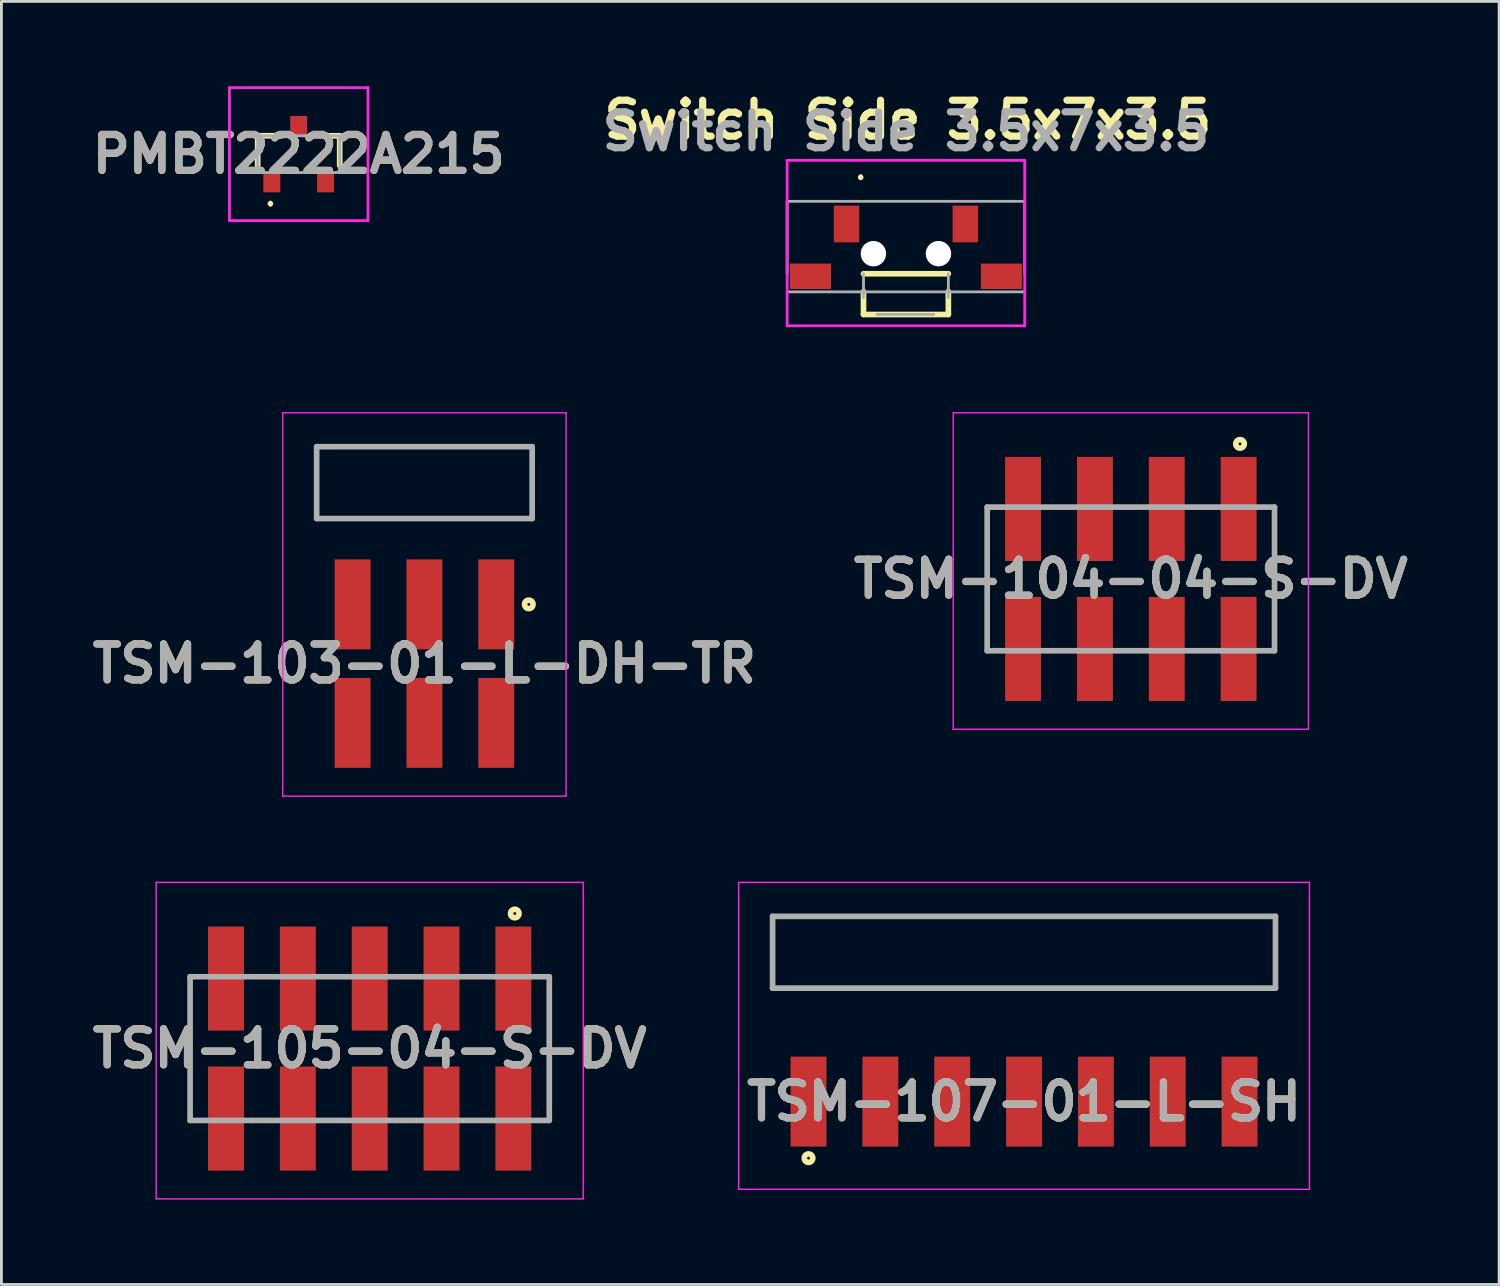
<source format=kicad_pcb>
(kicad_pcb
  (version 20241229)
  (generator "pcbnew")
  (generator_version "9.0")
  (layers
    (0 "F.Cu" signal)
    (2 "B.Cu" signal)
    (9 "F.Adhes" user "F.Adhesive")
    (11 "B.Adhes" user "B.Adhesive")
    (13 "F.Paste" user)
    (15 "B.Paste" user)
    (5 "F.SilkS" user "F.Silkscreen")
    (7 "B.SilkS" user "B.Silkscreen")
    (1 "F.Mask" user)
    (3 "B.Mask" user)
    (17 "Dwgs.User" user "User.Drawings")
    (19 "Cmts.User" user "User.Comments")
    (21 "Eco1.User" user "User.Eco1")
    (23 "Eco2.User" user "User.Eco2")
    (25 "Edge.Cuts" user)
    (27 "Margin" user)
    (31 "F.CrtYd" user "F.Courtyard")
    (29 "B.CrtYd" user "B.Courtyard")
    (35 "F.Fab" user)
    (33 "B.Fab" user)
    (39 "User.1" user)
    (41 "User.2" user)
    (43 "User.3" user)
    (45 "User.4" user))
  (footprint "PMBT2222A215"
    (layer "F.Cu")
    (at 7.511 2.4)
    (property "Reference" "PMBT2222A215" (at 0 0 0) (layer "F.SilkS") (effects (font (size 1.27 1.27) (thickness 0.254))))
    (attr smd)
    (fp_line (start -1.45 -0.65) (end -1.45 0.4) (stroke (width 0.2) (type solid)) (layer "F.SilkS"))
    (fp_line (start -1 1.7) (end -1 1.7) (stroke (width 0.1) (type solid)) (layer "F.SilkS"))
    (fp_line (start -1 1.8) (end -1 1.8) (stroke (width 0.1) (type solid)) (layer "F.SilkS"))
    (fp_line (start -0.6 -0.65) (end -1.45 -0.65) (stroke (width 0.2) (type solid)) (layer "F.SilkS"))
    (fp_line (start 0.6 -0.65) (end 1.45 -0.65) (stroke (width 0.2) (type solid)) (layer "F.SilkS"))
    (fp_line (start 1.45 -0.65) (end 1.45 0.4) (stroke (width 0.2) (type solid)) (layer "F.SilkS"))
    (fp_arc (start -1 1.7) (mid -0.95 1.75) (end -1 1.8) (stroke (width 0.1) (type solid)) (layer "F.SilkS"))
    (fp_arc (start -1 1.8) (mid -1.05 1.75) (end -1 1.7) (stroke (width 0.1) (type solid)) (layer "F.SilkS"))
    (fp_line (start -2.45 -2.35) (end 2.45 -2.35) (stroke (width 0.1) (type solid)) (layer "F.CrtYd"))
    (fp_line (start -2.45 2.35) (end -2.45 -2.35) (stroke (width 0.1) (type solid)) (layer "F.CrtYd"))
    (fp_line (start 2.45 -2.35) (end 2.45 2.35) (stroke (width 0.1) (type solid)) (layer "F.CrtYd"))
    (fp_line (start 2.45 2.35) (end -2.45 2.35) (stroke (width 0.1) (type solid)) (layer "F.CrtYd"))
    (fp_line (start -1.45 -0.65) (end 1.45 -0.65) (stroke (width 0.1) (type solid)) (layer "F.Fab"))
    (fp_line (start -1.45 0.65) (end -1.45 -0.65) (stroke (width 0.1) (type solid)) (layer "F.Fab"))
    (fp_line (start 1.45 -0.65) (end 1.45 0.65) (stroke (width 0.1) (type solid)) (layer "F.Fab"))
    (fp_line (start 1.45 0.65) (end -1.45 0.65) (stroke (width 0.1) (type solid)) (layer "F.Fab"))
    (fp_text user "${REFERENCE}" (at 0 0 0) (layer "F.Fab") (effects (font (size 1.27 1.27) (thickness 0.254))))
    (pad "1" smd rect (at -0.95 1) (size 0.6 0.7) (layers "F.Cu" "F.Mask" "F.Paste"))
    (pad "2" smd rect (at 0.95 1) (size 0.6 0.7) (layers "F.Cu" "F.Mask" "F.Paste"))
    (pad "3" smd rect (at 0 -1) (size 0.6 0.7) (layers "F.Cu" "F.Mask" "F.Paste")))
  (footprint "TSM-107-01-L-SH"
    (layer "F.Cu")
    (at 33.157 35.899)
    (property "Reference" "TSM-107-01-L-SH" (at 0 0 0) (layer "F.SilkS") (effects (font (size 1.27 1.27) (thickness 0.254))))
    (attr smd)
    (fp_line (start -8.89 -6.55) (end 8.89 -6.55) (stroke (width 0.1) (type solid)) (layer "F.SilkS"))
    (fp_line (start -8.89 -4.01) (end -8.89 -6.55) (stroke (width 0.1) (type solid)) (layer "F.SilkS"))
    (fp_line (start 8.89 -6.55) (end 8.89 -4.01) (stroke (width 0.1) (type solid)) (layer "F.SilkS"))
    (fp_line (start 8.89 -4.01) (end -8.89 -4.01) (stroke (width 0.1) (type solid)) (layer "F.SilkS"))
    (fp_circle (center -7.62 2) (end -7.62 2.05) (stroke (width 0.2) (type solid)) (fill no) (layer "F.SilkS"))
    (fp_line (start -10.09 -7.75) (end 10.09 -7.75) (stroke (width 0.05) (type solid)) (layer "F.CrtYd"))
    (fp_line (start -10.09 3.1) (end -10.09 -7.75) (stroke (width 0.05) (type solid)) (layer "F.CrtYd"))
    (fp_line (start 10.09 -7.75) (end 10.09 3.1) (stroke (width 0.05) (type solid)) (layer "F.CrtYd"))
    (fp_line (start 10.09 3.1) (end -10.09 3.1) (stroke (width 0.05) (type solid)) (layer "F.CrtYd"))
    (fp_line (start -8.89 -6.55) (end 8.89 -6.55) (stroke (width 0.2) (type solid)) (layer "F.Fab"))
    (fp_line (start -8.89 -4.01) (end -8.89 -6.55) (stroke (width 0.2) (type solid)) (layer "F.Fab"))
    (fp_line (start 8.89 -6.55) (end 8.89 -4.01) (stroke (width 0.2) (type solid)) (layer "F.Fab"))
    (fp_line (start 8.89 -4.01) (end -8.89 -4.01) (stroke (width 0.2) (type solid)) (layer "F.Fab"))
    (fp_text user "${REFERENCE}" (at 0 0 0) (layer "F.Fab") (effects (font (size 1.27 1.27) (thickness 0.254))))
    (pad "1" smd rect (at -7.62 0) (size 1.27 3.18) (layers "F.Cu" "F.Mask" "F.Paste"))
    (pad "2" smd rect (at -5.08 0) (size 1.27 3.18) (layers "F.Cu" "F.Mask" "F.Paste"))
    (pad "3" smd rect (at -2.54 0) (size 1.27 3.18) (layers "F.Cu" "F.Mask" "F.Paste"))
    (pad "4" smd rect (at 0 0) (size 1.27 3.18) (layers "F.Cu" "F.Mask" "F.Paste"))
    (pad "5" smd rect (at 2.54 0) (size 1.27 3.18) (layers "F.Cu" "F.Mask" "F.Paste"))
    (pad "6" smd rect (at 5.08 0) (size 1.27 3.18) (layers "F.Cu" "F.Mask" "F.Paste"))
    (pad "7" smd rect (at 7.62 0) (size 1.27 3.18) (layers "F.Cu" "F.Mask" "F.Paste")))
  (footprint "TSM-103-01-L-DH-TR"
    (layer "F.Cu")
    (at 11.956 20.414)
    (property "Reference" "TSM-103-01-L-DH-TR" (at 0 0 0) (layer "F.SilkS") (effects (font (size 1.27 1.27) (thickness 0.254))))
    (attr smd)
    (fp_line (start -3.81 -7.67) (end 3.81 -7.67) (stroke (width 0.1) (type solid)) (layer "F.SilkS"))
    (fp_line (start -3.81 -5.13) (end -3.81 -7.67) (stroke (width 0.1) (type solid)) (layer "F.SilkS"))
    (fp_line (start 3.81 -7.67) (end 3.81 -5.13) (stroke (width 0.1) (type solid)) (layer "F.SilkS"))
    (fp_line (start 3.81 -5.13) (end -3.81 -5.13) (stroke (width 0.1) (type solid)) (layer "F.SilkS"))
    (fp_circle (center 3.69 -2.095) (end 3.69 -2.045) (stroke (width 0.2) (type solid)) (fill no) (layer "F.SilkS"))
    (fp_line (start -5.01 -8.87) (end 5.01 -8.87) (stroke (width 0.05) (type solid)) (layer "F.CrtYd"))
    (fp_line (start -5.01 4.685) (end -5.01 -8.87) (stroke (width 0.05) (type solid)) (layer "F.CrtYd"))
    (fp_line (start 5.01 -8.87) (end 5.01 4.685) (stroke (width 0.05) (type solid)) (layer "F.CrtYd"))
    (fp_line (start 5.01 4.685) (end -5.01 4.685) (stroke (width 0.05) (type solid)) (layer "F.CrtYd"))
    (fp_line (start -3.81 -7.67) (end 3.81 -7.67) (stroke (width 0.2) (type solid)) (layer "F.Fab"))
    (fp_line (start -3.81 -5.13) (end -3.81 -7.67) (stroke (width 0.2) (type solid)) (layer "F.Fab"))
    (fp_line (start 3.81 -7.67) (end 3.81 -5.13) (stroke (width 0.2) (type solid)) (layer "F.Fab"))
    (fp_line (start 3.81 -5.13) (end -3.81 -5.13) (stroke (width 0.2) (type solid)) (layer "F.Fab"))
    (fp_text user "${REFERENCE}" (at 0 0 0) (layer "F.Fab") (effects (font (size 1.27 1.27) (thickness 0.254))))
    (pad "1" smd rect (at 2.54 -2.095) (size 1.27 3.18) (layers "F.Cu" "F.Mask" "F.Paste"))
    (pad "2" smd rect (at 2.54 2.095) (size 1.27 3.18) (layers "F.Cu" "F.Mask" "F.Paste"))
    (pad "3" smd rect (at 0 -2.095) (size 1.27 3.18) (layers "F.Cu" "F.Mask" "F.Paste"))
    (pad "4" smd rect (at 0 2.095) (size 1.27 3.18) (layers "F.Cu" "F.Mask" "F.Paste"))
    (pad "5" smd rect (at -2.54 -2.095) (size 1.27 3.18) (layers "F.Cu" "F.Mask" "F.Paste"))
    (pad "6" smd rect (at -2.54 2.095) (size 1.27 3.18) (layers "F.Cu" "F.Mask" "F.Paste")))
  (footprint "Switch Side 3.5x7x3.5"
    (layer "F.Cu")
    (at 28.981 5.769)
    (property "Reference" "Switch Side 3.5x7x3.5" (at 0.07 -4.58 0) (layer "F.SilkS") (effects (font (size 1.27 1.27) (thickness 0.254))))
    (attr through_hole)
    (fp_line (start -1.6 -2.6) (end -1.6 -2.6) (stroke (width 0.1) (type solid)) (layer "F.SilkS"))
    (fp_line (start -1.6 -2.5) (end -1.6 -2.5) (stroke (width 0.1) (type solid)) (layer "F.SilkS"))
    (fp_line (start -1.5 0.86) (end 1.5 0.86) (stroke (width 0.2) (type solid)) (layer "F.SilkS"))
    (fp_line (start -1.5 2.3) (end -1.5 1.49) (stroke (width 0.2) (type solid)) (layer "F.SilkS"))
    (fp_line (start 1.5 1.49) (end 1.5 2.3) (stroke (width 0.2) (type solid)) (layer "F.SilkS"))
    (fp_line (start 1.5 2.3) (end -1.5 2.3) (stroke (width 0.2) (type solid)) (layer "F.SilkS"))
    (fp_arc (start -1.6 -2.6) (mid -1.55 -2.55) (end -1.6 -2.5) (stroke (width 0.1) (type solid)) (layer "F.SilkS"))
    (fp_arc (start -1.6 -2.5) (mid -1.65 -2.55) (end -1.6 -2.6) (stroke (width 0.1) (type solid)) (layer "F.SilkS"))
    (fp_line (start -4.2 -3.15) (end 4.2 -3.15) (stroke (width 0.1) (type solid)) (layer "F.CrtYd"))
    (fp_line (start -4.2 2.7) (end -4.2 -3.15) (stroke (width 0.1) (type solid)) (layer "F.CrtYd"))
    (fp_line (start 4.2 -3.15) (end 4.2 2.7) (stroke (width 0.1) (type solid)) (layer "F.CrtYd"))
    (fp_line (start 4.2 2.7) (end -4.2 2.7) (stroke (width 0.1) (type solid)) (layer "F.CrtYd"))
    (fp_line (start -4.2 -1.7) (end 4.2 -1.7) (stroke (width 0.1) (type solid)) (layer "F.Fab"))
    (fp_line (start -4.2 0.86) (end -4.2 -1.7) (stroke (width 0.1) (type solid)) (layer "F.Fab"))
    (fp_line (start -1.5 1.7) (end -1.5 0.86) (stroke (width 0.1) (type solid)) (layer "F.Fab"))
    (fp_line (start 0.975 2.3) (end -1.025 2.3) (stroke (width 0.1) (type solid)) (layer "F.Fab"))
    (fp_line (start 1.5 0.86) (end 1.5 1.7) (stroke (width 0.1) (type solid)) (layer "F.Fab"))
    (fp_line (start 4.2 -1.7) (end 4.2 0.86) (stroke (width 0.1) (type solid)) (layer "F.Fab"))
    (fp_line (start 4.2 1.5) (end -4.2 1.5) (stroke (width 0.1) (type solid)) (layer "F.Fab"))
    (fp_text user "${REFERENCE}" (at 0 -4.17 0) (layer "F.Fab") (effects (font (size 1.27 1.27) (thickness 0.254))))
    (pad "" np_thru_hole circle (at -1.15 0.15) (size 0.9 0.9) (drill 0.9) (layers "*.Cu" "*.Mask"))
    (pad "" np_thru_hole circle (at 1.15 0.15) (size 0.9 0.9) (drill 0.9) (layers "*.Cu" "*.Mask"))
    (pad "1" smd rect (at -2.1 -0.9) (size 0.9 1.3) (layers "F.Cu" "F.Mask" "F.Paste"))
    (pad "2" smd rect (at 2.1 -0.9) (size 0.9 1.3) (layers "F.Cu" "F.Mask" "F.Paste"))
    (pad "MP1" smd rect (at -3.375 0.95 90) (size 0.9 1.45) (layers "F.Cu" "F.Mask" "F.Paste"))
    (pad "MP2" smd rect (at 3.375 0.95 90) (size 0.9 1.45) (layers "F.Cu" "F.Mask" "F.Paste")))
  (footprint "TSM-104-04-S-DV"
    (layer "F.Cu")
    (at 36.933 17.419)
    (property "Reference" "TSM-104-04-S-DV" (at 0 0 0) (layer "F.SilkS") (effects (font (size 1.27 1.27) (thickness 0.254))))
    (attr smd)
    (fp_line (start -5.08 2.54) (end -5.08 -2.54) (stroke (width 0.1) (type solid)) (layer "F.SilkS"))
    (fp_line (start 5.08 -2.54) (end 5.08 2.54) (stroke (width 0.1) (type solid)) (layer "F.SilkS"))
    (fp_circle (center 3.86 -4.775) (end 3.86 -4.725) (stroke (width 0.2) (type solid)) (fill no) (layer "F.SilkS"))
    (fp_line (start -6.28 -5.875) (end 6.28 -5.875) (stroke (width 0.05) (type solid)) (layer "F.CrtYd"))
    (fp_line (start -6.28 5.315) (end -6.28 -5.875) (stroke (width 0.05) (type solid)) (layer "F.CrtYd"))
    (fp_line (start 6.28 -5.875) (end 6.28 5.315) (stroke (width 0.05) (type solid)) (layer "F.CrtYd"))
    (fp_line (start 6.28 5.315) (end -6.28 5.315) (stroke (width 0.05) (type solid)) (layer "F.CrtYd"))
    (fp_line (start -5.08 -2.54) (end 5.08 -2.54) (stroke (width 0.2) (type solid)) (layer "F.Fab"))
    (fp_line (start -5.08 2.54) (end -5.08 -2.54) (stroke (width 0.2) (type solid)) (layer "F.Fab"))
    (fp_line (start 5.08 -2.54) (end 5.08 2.54) (stroke (width 0.2) (type solid)) (layer "F.Fab"))
    (fp_line (start 5.08 2.54) (end -5.08 2.54) (stroke (width 0.2) (type solid)) (layer "F.Fab"))
    (fp_text user "${REFERENCE}" (at 0 0 0) (layer "F.Fab") (effects (font (size 1.27 1.27) (thickness 0.254))))
    (pad "1" smd rect (at 3.81 -2.475) (size 1.27 3.68) (layers "F.Cu" "F.Mask" "F.Paste"))
    (pad "2" smd rect (at 3.81 2.475) (size 1.27 3.68) (layers "F.Cu" "F.Mask" "F.Paste"))
    (pad "3" smd rect (at 1.27 -2.475) (size 1.27 3.68) (layers "F.Cu" "F.Mask" "F.Paste"))
    (pad "4" smd rect (at 1.27 2.475) (size 1.27 3.68) (layers "F.Cu" "F.Mask" "F.Paste"))
    (pad "5" smd rect (at -1.27 -2.475) (size 1.27 3.68) (layers "F.Cu" "F.Mask" "F.Paste"))
    (pad "6" smd rect (at -1.27 2.475) (size 1.27 3.68) (layers "F.Cu" "F.Mask" "F.Paste"))
    (pad "7" smd rect (at -3.81 -2.475) (size 1.27 3.68) (layers "F.Cu" "F.Mask" "F.Paste"))
    (pad "8" smd rect (at -3.81 2.475) (size 1.27 3.68) (layers "F.Cu" "F.Mask" "F.Paste")))
  (footprint "TSM-105-04-S-DV"
    (layer "F.Cu")
    (at 10.021 34.024)
    (property "Reference" "TSM-105-04-S-DV" (at 0 0 0) (layer "F.SilkS") (effects (font (size 1.27 1.27) (thickness 0.254))))
    (attr smd)
    (fp_line (start -6.35 2.54) (end -6.35 -2.54) (stroke (width 0.1) (type solid)) (layer "F.SilkS"))
    (fp_line (start 6.35 -2.54) (end 6.35 2.54) (stroke (width 0.1) (type solid)) (layer "F.SilkS"))
    (fp_circle (center 5.13 -4.775) (end 5.13 -4.725) (stroke (width 0.2) (type solid)) (fill no) (layer "F.SilkS"))
    (fp_line (start -7.55 -5.875) (end 7.55 -5.875) (stroke (width 0.05) (type solid)) (layer "F.CrtYd"))
    (fp_line (start -7.55 5.315) (end -7.55 -5.875) (stroke (width 0.05) (type solid)) (layer "F.CrtYd"))
    (fp_line (start 7.55 -5.875) (end 7.55 5.315) (stroke (width 0.05) (type solid)) (layer "F.CrtYd"))
    (fp_line (start 7.55 5.315) (end -7.55 5.315) (stroke (width 0.05) (type solid)) (layer "F.CrtYd"))
    (fp_line (start -6.35 -2.54) (end 6.35 -2.54) (stroke (width 0.2) (type solid)) (layer "F.Fab"))
    (fp_line (start -6.35 2.54) (end -6.35 -2.54) (stroke (width 0.2) (type solid)) (layer "F.Fab"))
    (fp_line (start 6.35 -2.54) (end 6.35 2.54) (stroke (width 0.2) (type solid)) (layer "F.Fab"))
    (fp_line (start 6.35 2.54) (end -6.35 2.54) (stroke (width 0.2) (type solid)) (layer "F.Fab"))
    (fp_text user "${REFERENCE}" (at 0 0 0) (layer "F.Fab") (effects (font (size 1.27 1.27) (thickness 0.254))))
    (pad "1" smd rect (at 5.08 -2.475) (size 1.27 3.68) (layers "F.Cu" "F.Mask" "F.Paste"))
    (pad "2" smd rect (at 5.08 2.475) (size 1.27 3.68) (layers "F.Cu" "F.Mask" "F.Paste"))
    (pad "3" smd rect (at 2.54 -2.475) (size 1.27 3.68) (layers "F.Cu" "F.Mask" "F.Paste"))
    (pad "4" smd rect (at 2.54 2.475) (size 1.27 3.68) (layers "F.Cu" "F.Mask" "F.Paste"))
    (pad "5" smd rect (at 0 -2.475) (size 1.27 3.68) (layers "F.Cu" "F.Mask" "F.Paste"))
    (pad "6" smd rect (at 0 2.475) (size 1.27 3.68) (layers "F.Cu" "F.Mask" "F.Paste"))
    (pad "7" smd rect (at -2.54 -2.475) (size 1.27 3.68) (layers "F.Cu" "F.Mask" "F.Paste"))
    (pad "8" smd rect (at -2.54 2.475) (size 1.27 3.68) (layers "F.Cu" "F.Mask" "F.Paste"))
    (pad "9" smd rect (at -5.08 -2.475) (size 1.27 3.68) (layers "F.Cu" "F.Mask" "F.Paste"))
    (pad "10" smd rect (at -5.08 2.475) (size 1.27 3.68) (layers "F.Cu" "F.Mask" "F.Paste")))
  (gr_rect
    (start -3 -3)
    (end 49.954 42.364)
    (stroke (width 0.1) (type default))
    (fill no)
    (layer "Edge.Cuts")))
</source>
